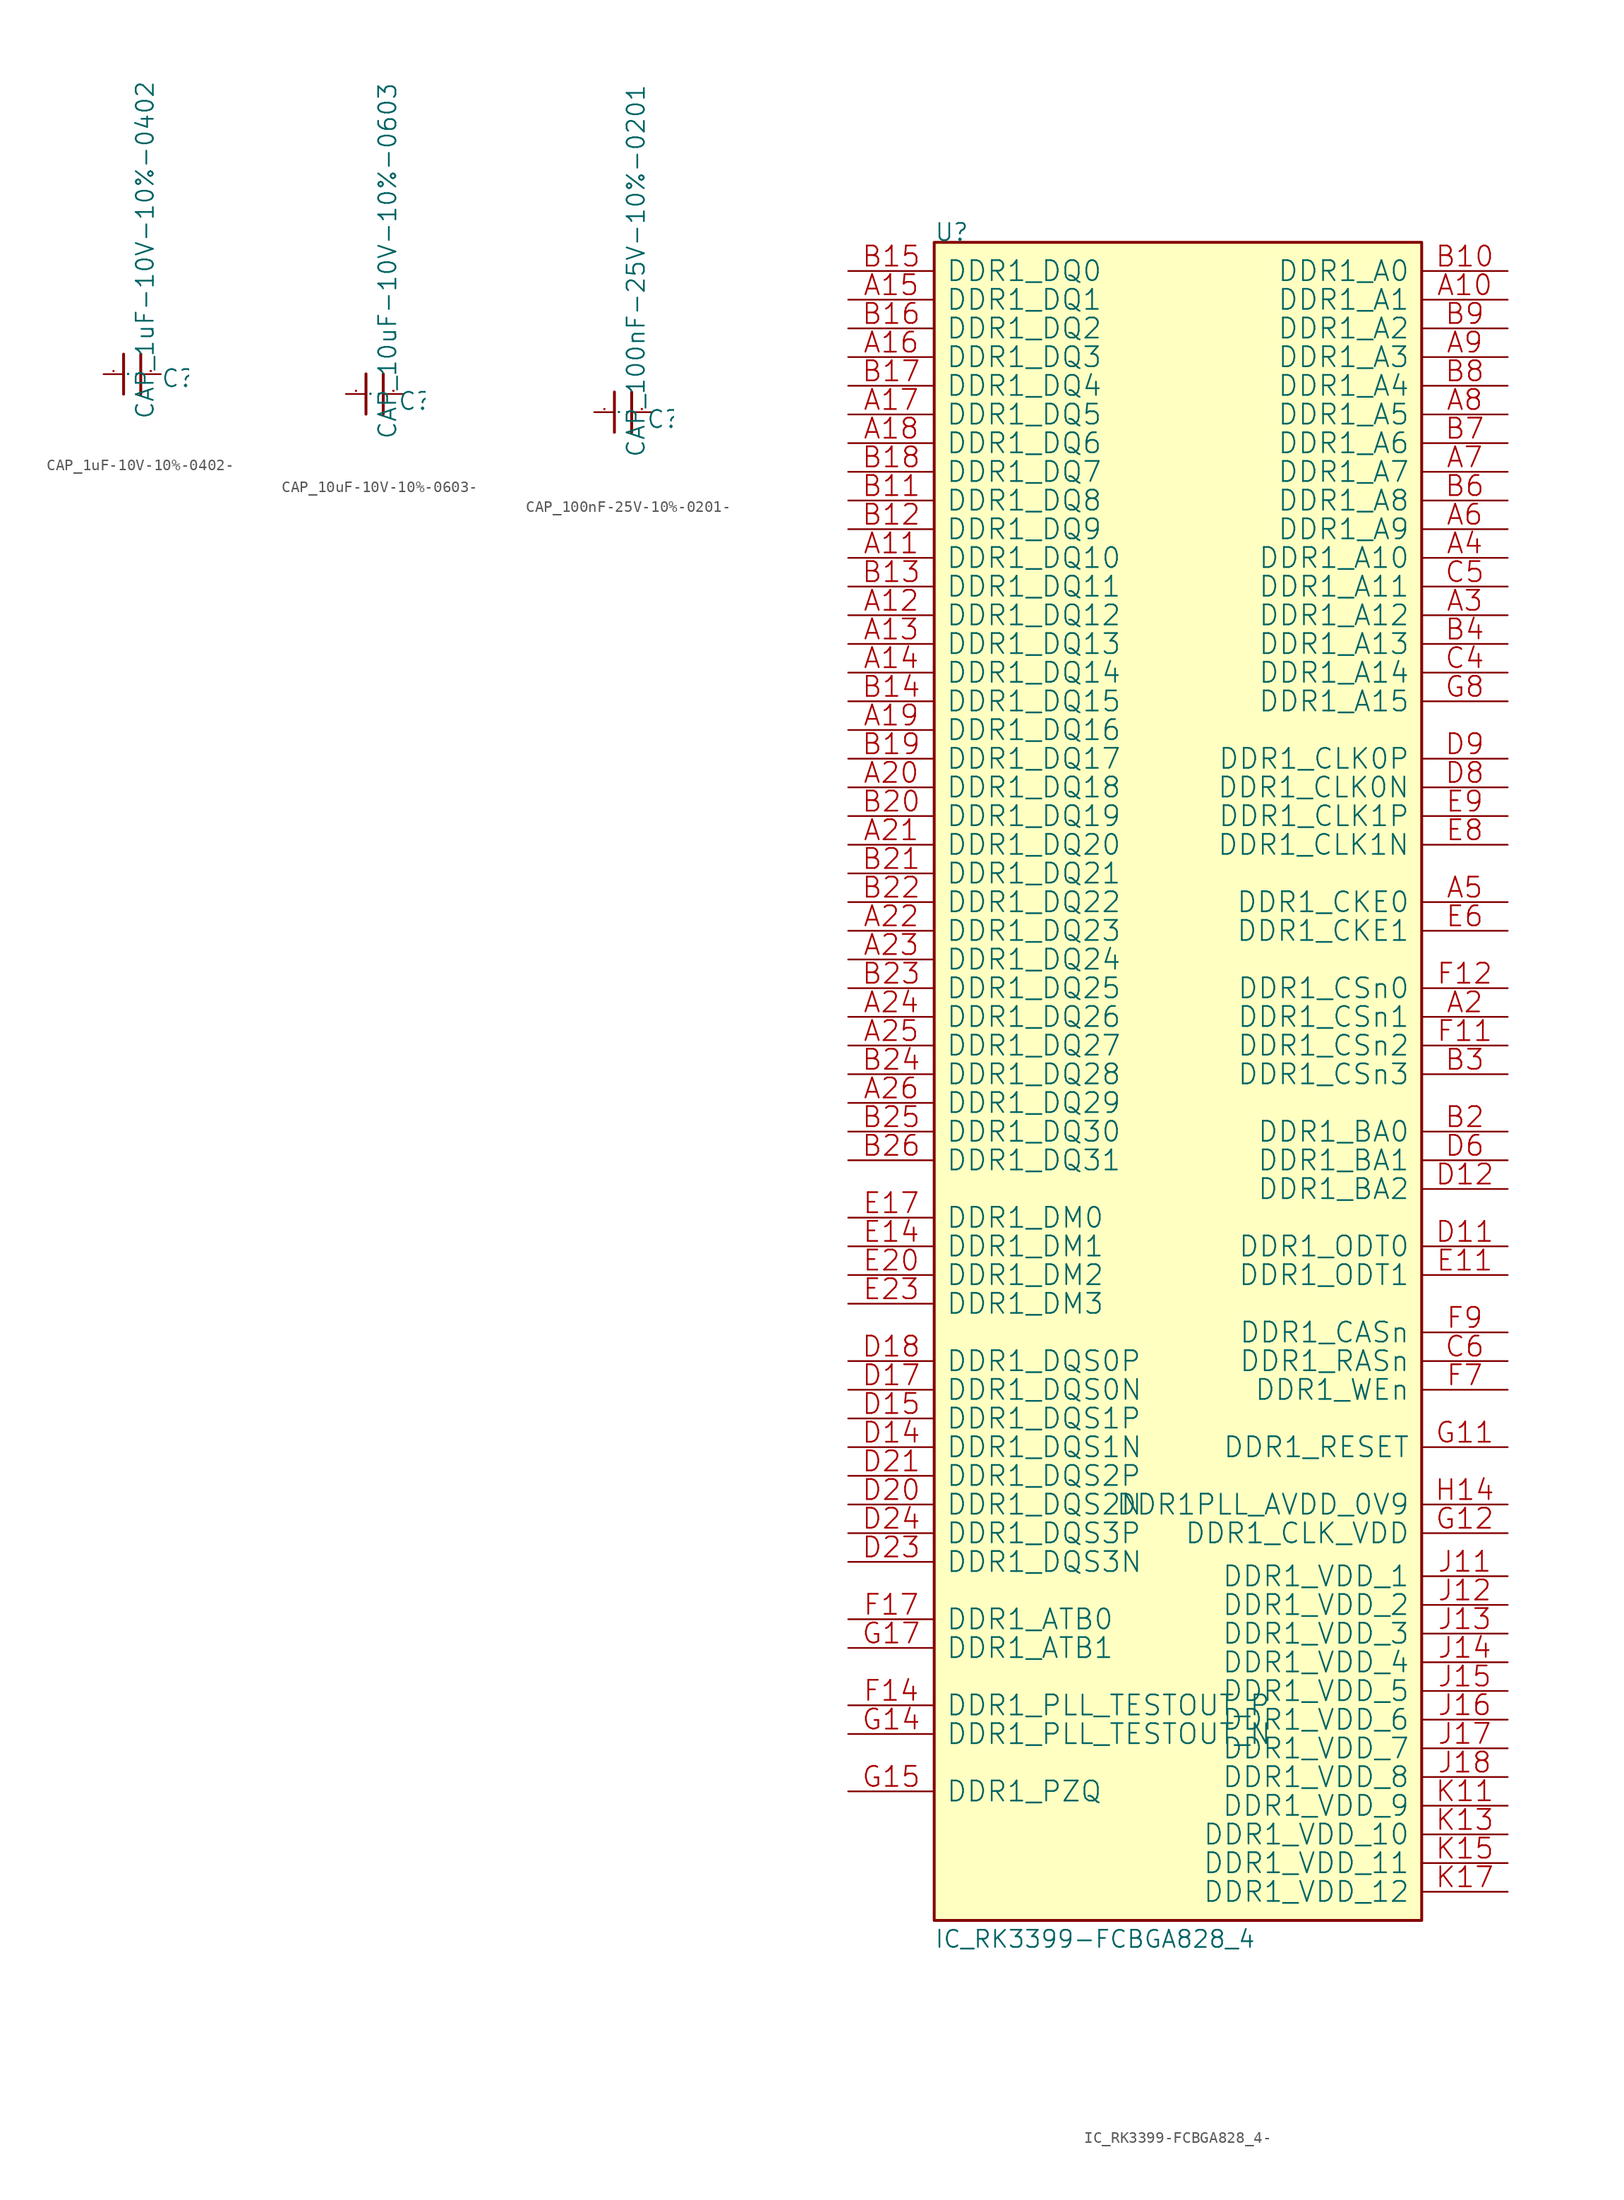
<source format=kicad_sym>
(kicad_symbol_lib
  (version 20220914)
  (generator kicad_symbol_editor)
  (symbol "CAP_1uF-10V-10%-0402-"
    (pin_names
      (offset 1.016))
    (property "Reference" "C"
      (at 2.54 -1.27 0)
      (effects (font (size 1.524 1.524)) (justify left bottom)))
    (property "Value" "CAP_1uF-10V-10%-0402"
      (at 2.032 -4.064 90)
      (effects (font (size 1.524 1.524)) (justify left bottom)))
    (property "Footprint" ""
      (at 0 0 0)
      (effects (font (size 1.524 1.524))))
    (property "Datasheet" ""
      (at 0 0 0)
      (effects (font (size 1.524 1.524))))
    (symbol "CAP_1uF-10V-10%-0402-_0_1"
      (polyline (pts (xy -0.762 1.778) (xy -0.762 -1.778)) (stroke (width 0.254) (type solid)) (fill (type none)))
      (polyline (pts (xy 0.762 1.778) (xy 0.762 -1.778)) (stroke (width 0.254) (type solid)) (fill (type none)))
      (pin passive line (at -2.54 0 0) (length 1.778) (name "1" (effects (font (size 0.025 0.025)))) (number "1" (effects (font (size 0.025 0.025)))))
      (pin passive line (at 2.54 0 180) (length 1.778) (name "2" (effects (font (size 0.025 0.025)))) (number "2" (effects (font (size 0.025 0.025)))))))
  (symbol "CAP_10uF-10V-10%-0603-"
    (pin_names
      (offset 1.016))
    (property "Reference" "C"
      (at 2.032 -1.524 0)
      (effects (font (size 1.524 1.524)) (justify left bottom)))
    (property "Value" "CAP_10uF-10V-10%-0603"
      (at 2.032 -4.064 90)
      (effects (font (size 1.524 1.524)) (justify left bottom)))
    (property "Footprint" ""
      (at 0 0 0)
      (effects (font (size 1.524 1.524))))
    (property "Datasheet" ""
      (at 0 0 0)
      (effects (font (size 1.524 1.524))))
    (symbol "CAP_10uF-10V-10%-0603-_0_1"
      (polyline (pts (xy -0.762 1.778) (xy -0.762 -1.778)) (stroke (width 0.254) (type solid)) (fill (type none)))
      (polyline (pts (xy 0.762 1.778) (xy 0.762 -1.778)) (stroke (width 0.254) (type solid)) (fill (type none)))
      (pin passive line (at -2.54 0 0) (length 1.778) (name "1" (effects (font (size 0.025 0.025)))) (number "1" (effects (font (size 0.025 0.025)))))
      (pin passive line (at 2.54 0 180) (length 1.778) (name "2" (effects (font (size 0.025 0.025)))) (number "2" (effects (font (size 0.025 0.025)))))))
  (symbol "CAP_100nF-25V-10%-0201-"
    (pin_names
      (offset 1.016))
    (property "Reference" "C"
      (at 2.032 -1.524 0)
      (effects (font (size 1.524 1.524)) (justify left bottom)))
    (property "Value" "CAP_100nF-25V-10%-0201"
      (at 2.032 -4.064 90)
      (effects (font (size 1.524 1.524)) (justify left bottom)))
    (property "Footprint" ""
      (at 0 0 0)
      (effects (font (size 1.524 1.524))))
    (property "Datasheet" ""
      (at 0 0 0)
      (effects (font (size 1.524 1.524))))
    (symbol "CAP_100nF-25V-10%-0201-_0_1"
      (polyline (pts (xy -0.762 1.778) (xy -0.762 -1.778)) (stroke (width 0.254) (type solid)) (fill (type none)))
      (polyline (pts (xy 0.762 1.778) (xy 0.762 -1.778)) (stroke (width 0.254) (type solid)) (fill (type none)))
      (pin passive line (at -2.54 0 0) (length 1.778) (name "1" (effects (font (size 0.025 0.025)))) (number "1" (effects (font (size 0.025 0.025)))))
      (pin passive line (at 2.54 0 180) (length 1.778) (name "2" (effects (font (size 0.025 0.025)))) (number "2" (effects (font (size 0.025 0.025)))))))
  (symbol "IC_RK3399-FCBGA828_4-"
    (pin_names
      (offset 1.016))
    (property "Reference" "U"
      (at 0 0 0)
      (effects (font (size 1.524 1.524)) (justify left bottom)))
    (property "Value" "IC_RK3399-FCBGA828_4"
      (at 0 -151.13 0)
      (effects (font (size 1.524 1.524)) (justify left bottom)))
    (property "Footprint" ""
      (at 0 0 0)
      (effects (font (size 1.524 1.524))))
    (property "Datasheet" ""
      (at 0 0 0)
      (effects (font (size 1.524 1.524))))
    (symbol "IC_RK3399-FCBGA828_4-_0_1"
      (rectangle (start 0 -148.59) (end 43.18 0) (stroke (width 0.254) (type solid)) (fill (type background)))
      (pin passive line (at 50.8 -5.08 180) (length 7.62) (name "DDR1_A1" (effects (font (size 1.778 1.778)))) (number "A10" (effects (font (size 1.778 1.778)))))
      (pin passive line (at -7.62 -27.94 0) (length 7.62) (name "DDR1_DQ10" (effects (font (size 1.778 1.778)))) (number "A11" (effects (font (size 1.778 1.778)))))
      (pin passive line (at -7.62 -33.02 0) (length 7.62) (name "DDR1_DQ12" (effects (font (size 1.778 1.778)))) (number "A12" (effects (font (size 1.778 1.778)))))
      (pin passive line (at -7.62 -35.56 0) (length 7.62) (name "DDR1_DQ13" (effects (font (size 1.778 1.778)))) (number "A13" (effects (font (size 1.778 1.778)))))
      (pin passive line (at -7.62 -38.1 0) (length 7.62) (name "DDR1_DQ14" (effects (font (size 1.778 1.778)))) (number "A14" (effects (font (size 1.778 1.778)))))
      (pin passive line (at -7.62 -5.08 0) (length 7.62) (name "DDR1_DQ1" (effects (font (size 1.778 1.778)))) (number "A15" (effects (font (size 1.778 1.778)))))
      (pin passive line (at -7.62 -10.16 0) (length 7.62) (name "DDR1_DQ3" (effects (font (size 1.778 1.778)))) (number "A16" (effects (font (size 1.778 1.778)))))
      (pin passive line (at -7.62 -15.24 0) (length 7.62) (name "DDR1_DQ5" (effects (font (size 1.778 1.778)))) (number "A17" (effects (font (size 1.778 1.778)))))
      (pin passive line (at -7.62 -17.78 0) (length 7.62) (name "DDR1_DQ6" (effects (font (size 1.778 1.778)))) (number "A18" (effects (font (size 1.778 1.778)))))
      (pin passive line (at -7.62 -43.18 0) (length 7.62) (name "DDR1_DQ16" (effects (font (size 1.778 1.778)))) (number "A19" (effects (font (size 1.778 1.778)))))
      (pin passive line (at 50.8 -68.58 180) (length 7.62) (name "DDR1_CSn1" (effects (font (size 1.778 1.778)))) (number "A2" (effects (font (size 1.778 1.778)))))
      (pin passive line (at -7.62 -48.26 0) (length 7.62) (name "DDR1_DQ18" (effects (font (size 1.778 1.778)))) (number "A20" (effects (font (size 1.778 1.778)))))
      (pin passive line (at -7.62 -53.34 0) (length 7.62) (name "DDR1_DQ20" (effects (font (size 1.778 1.778)))) (number "A21" (effects (font (size 1.778 1.778)))))
      (pin passive line (at -7.62 -60.96 0) (length 7.62) (name "DDR1_DQ23" (effects (font (size 1.778 1.778)))) (number "A22" (effects (font (size 1.778 1.778)))))
      (pin passive line (at -7.62 -63.5 0) (length 7.62) (name "DDR1_DQ24" (effects (font (size 1.778 1.778)))) (number "A23" (effects (font (size 1.778 1.778)))))
      (pin passive line (at -7.62 -68.58 0) (length 7.62) (name "DDR1_DQ26" (effects (font (size 1.778 1.778)))) (number "A24" (effects (font (size 1.778 1.778)))))
      (pin passive line (at -7.62 -71.12 0) (length 7.62) (name "DDR1_DQ27" (effects (font (size 1.778 1.778)))) (number "A25" (effects (font (size 1.778 1.778)))))
      (pin passive line (at -7.62 -76.2 0) (length 7.62) (name "DDR1_DQ29" (effects (font (size 1.778 1.778)))) (number "A26" (effects (font (size 1.778 1.778)))))
      (pin passive line (at 50.8 -33.02 180) (length 7.62) (name "DDR1_A12" (effects (font (size 1.778 1.778)))) (number "A3" (effects (font (size 1.778 1.778)))))
      (pin passive line (at 50.8 -27.94 180) (length 7.62) (name "DDR1_A10" (effects (font (size 1.778 1.778)))) (number "A4" (effects (font (size 1.778 1.778)))))
      (pin passive line (at 50.8 -58.42 180) (length 7.62) (name "DDR1_CKE0" (effects (font (size 1.778 1.778)))) (number "A5" (effects (font (size 1.778 1.778)))))
      (pin passive line (at 50.8 -25.4 180) (length 7.62) (name "DDR1_A9" (effects (font (size 1.778 1.778)))) (number "A6" (effects (font (size 1.778 1.778)))))
      (pin passive line (at 50.8 -20.32 180) (length 7.62) (name "DDR1_A7" (effects (font (size 1.778 1.778)))) (number "A7" (effects (font (size 1.778 1.778)))))
      (pin passive line (at 50.8 -15.24 180) (length 7.62) (name "DDR1_A5" (effects (font (size 1.778 1.778)))) (number "A8" (effects (font (size 1.778 1.778)))))
      (pin passive line (at 50.8 -10.16 180) (length 7.62) (name "DDR1_A3" (effects (font (size 1.778 1.778)))) (number "A9" (effects (font (size 1.778 1.778)))))
      (pin passive line (at 50.8 -2.54 180) (length 7.62) (name "DDR1_A0" (effects (font (size 1.778 1.778)))) (number "B10" (effects (font (size 1.778 1.778)))))
      (pin passive line (at -7.62 -22.86 0) (length 7.62) (name "DDR1_DQ8" (effects (font (size 1.778 1.778)))) (number "B11" (effects (font (size 1.778 1.778)))))
      (pin passive line (at -7.62 -25.4 0) (length 7.62) (name "DDR1_DQ9" (effects (font (size 1.778 1.778)))) (number "B12" (effects (font (size 1.778 1.778)))))
      (pin passive line (at -7.62 -30.48 0) (length 7.62) (name "DDR1_DQ11" (effects (font (size 1.778 1.778)))) (number "B13" (effects (font (size 1.778 1.778)))))
      (pin passive line (at -7.62 -40.64 0) (length 7.62) (name "DDR1_DQ15" (effects (font (size 1.778 1.778)))) (number "B14" (effects (font (size 1.778 1.778)))))
      (pin passive line (at -7.62 -2.54 0) (length 7.62) (name "DDR1_DQ0" (effects (font (size 1.778 1.778)))) (number "B15" (effects (font (size 1.778 1.778)))))
      (pin passive line (at -7.62 -7.62 0) (length 7.62) (name "DDR1_DQ2" (effects (font (size 1.778 1.778)))) (number "B16" (effects (font (size 1.778 1.778)))))
      (pin passive line (at -7.62 -12.7 0) (length 7.62) (name "DDR1_DQ4" (effects (font (size 1.778 1.778)))) (number "B17" (effects (font (size 1.778 1.778)))))
      (pin passive line (at -7.62 -20.32 0) (length 7.62) (name "DDR1_DQ7" (effects (font (size 1.778 1.778)))) (number "B18" (effects (font (size 1.778 1.778)))))
      (pin passive line (at -7.62 -45.72 0) (length 7.62) (name "DDR1_DQ17" (effects (font (size 1.778 1.778)))) (number "B19" (effects (font (size 1.778 1.778)))))
      (pin passive line (at 50.8 -78.74 180) (length 7.62) (name "DDR1_BA0" (effects (font (size 1.778 1.778)))) (number "B2" (effects (font (size 1.778 1.778)))))
      (pin passive line (at -7.62 -50.8 0) (length 7.62) (name "DDR1_DQ19" (effects (font (size 1.778 1.778)))) (number "B20" (effects (font (size 1.778 1.778)))))
      (pin passive line (at -7.62 -55.88 0) (length 7.62) (name "DDR1_DQ21" (effects (font (size 1.778 1.778)))) (number "B21" (effects (font (size 1.778 1.778)))))
      (pin passive line (at -7.62 -58.42 0) (length 7.62) (name "DDR1_DQ22" (effects (font (size 1.778 1.778)))) (number "B22" (effects (font (size 1.778 1.778)))))
      (pin passive line (at -7.62 -66.04 0) (length 7.62) (name "DDR1_DQ25" (effects (font (size 1.778 1.778)))) (number "B23" (effects (font (size 1.778 1.778)))))
      (pin passive line (at -7.62 -73.66 0) (length 7.62) (name "DDR1_DQ28" (effects (font (size 1.778 1.778)))) (number "B24" (effects (font (size 1.778 1.778)))))
      (pin passive line (at -7.62 -78.74 0) (length 7.62) (name "DDR1_DQ30" (effects (font (size 1.778 1.778)))) (number "B25" (effects (font (size 1.778 1.778)))))
      (pin passive line (at -7.62 -81.28 0) (length 7.62) (name "DDR1_DQ31" (effects (font (size 1.778 1.778)))) (number "B26" (effects (font (size 1.778 1.778)))))
      (pin passive line (at 50.8 -73.66 180) (length 7.62) (name "DDR1_CSn3" (effects (font (size 1.778 1.778)))) (number "B3" (effects (font (size 1.778 1.778)))))
      (pin passive line (at 50.8 -35.56 180) (length 7.62) (name "DDR1_A13" (effects (font (size 1.778 1.778)))) (number "B4" (effects (font (size 1.778 1.778)))))
      (pin passive line (at 50.8 -22.86 180) (length 7.62) (name "DDR1_A8" (effects (font (size 1.778 1.778)))) (number "B6" (effects (font (size 1.778 1.778)))))
      (pin passive line (at 50.8 -17.78 180) (length 7.62) (name "DDR1_A6" (effects (font (size 1.778 1.778)))) (number "B7" (effects (font (size 1.778 1.778)))))
      (pin passive line (at 50.8 -12.7 180) (length 7.62) (name "DDR1_A4" (effects (font (size 1.778 1.778)))) (number "B8" (effects (font (size 1.778 1.778)))))
      (pin passive line (at 50.8 -7.62 180) (length 7.62) (name "DDR1_A2" (effects (font (size 1.778 1.778)))) (number "B9" (effects (font (size 1.778 1.778)))))
      (pin passive line (at 50.8 -38.1 180) (length 7.62) (name "DDR1_A14" (effects (font (size 1.778 1.778)))) (number "C4" (effects (font (size 1.778 1.778)))))
      (pin passive line (at 50.8 -30.48 180) (length 7.62) (name "DDR1_A11" (effects (font (size 1.778 1.778)))) (number "C5" (effects (font (size 1.778 1.778)))))
      (pin passive line (at 50.8 -99.06 180) (length 7.62) (name "DDR1_RASn" (effects (font (size 1.778 1.778)))) (number "C6" (effects (font (size 1.778 1.778)))))
      (pin passive line (at 50.8 -88.9 180) (length 7.62) (name "DDR1_ODT0" (effects (font (size 1.778 1.778)))) (number "D11" (effects (font (size 1.778 1.778)))))
      (pin passive line (at 50.8 -83.82 180) (length 7.62) (name "DDR1_BA2" (effects (font (size 1.778 1.778)))) (number "D12" (effects (font (size 1.778 1.778)))))
      (pin passive line (at -7.62 -106.68 0) (length 7.62) (name "DDR1_DQS1N" (effects (font (size 1.778 1.778)))) (number "D14" (effects (font (size 1.778 1.778)))))
      (pin passive line (at -7.62 -104.14 0) (length 7.62) (name "DDR1_DQS1P" (effects (font (size 1.778 1.778)))) (number "D15" (effects (font (size 1.778 1.778)))))
      (pin passive line (at -7.62 -101.6 0) (length 7.62) (name "DDR1_DQS0N" (effects (font (size 1.778 1.778)))) (number "D17" (effects (font (size 1.778 1.778)))))
      (pin passive line (at -7.62 -99.06 0) (length 7.62) (name "DDR1_DQS0P" (effects (font (size 1.778 1.778)))) (number "D18" (effects (font (size 1.778 1.778)))))
      (pin passive line (at -7.62 -111.76 0) (length 7.62) (name "DDR1_DQS2N" (effects (font (size 1.778 1.778)))) (number "D20" (effects (font (size 1.778 1.778)))))
      (pin passive line (at -7.62 -109.22 0) (length 7.62) (name "DDR1_DQS2P" (effects (font (size 1.778 1.778)))) (number "D21" (effects (font (size 1.778 1.778)))))
      (pin passive line (at -7.62 -116.84 0) (length 7.62) (name "DDR1_DQS3N" (effects (font (size 1.778 1.778)))) (number "D23" (effects (font (size 1.778 1.778)))))
      (pin passive line (at -7.62 -114.3 0) (length 7.62) (name "DDR1_DQS3P" (effects (font (size 1.778 1.778)))) (number "D24" (effects (font (size 1.778 1.778)))))
      (pin passive line (at 50.8 -81.28 180) (length 7.62) (name "DDR1_BA1" (effects (font (size 1.778 1.778)))) (number "D6" (effects (font (size 1.778 1.778)))))
      (pin passive line (at 50.8 -48.26 180) (length 7.62) (name "DDR1_CLK0N" (effects (font (size 1.778 1.778)))) (number "D8" (effects (font (size 1.778 1.778)))))
      (pin passive line (at 50.8 -45.72 180) (length 7.62) (name "DDR1_CLK0P" (effects (font (size 1.778 1.778)))) (number "D9" (effects (font (size 1.778 1.778)))))
      (pin passive line (at 50.8 -91.44 180) (length 7.62) (name "DDR1_ODT1" (effects (font (size 1.778 1.778)))) (number "E11" (effects (font (size 1.778 1.778)))))
      (pin passive line (at -7.62 -88.9 0) (length 7.62) (name "DDR1_DM1" (effects (font (size 1.778 1.778)))) (number "E14" (effects (font (size 1.778 1.778)))))
      (pin passive line (at -7.62 -86.36 0) (length 7.62) (name "DDR1_DM0" (effects (font (size 1.778 1.778)))) (number "E17" (effects (font (size 1.778 1.778)))))
      (pin passive line (at -7.62 -91.44 0) (length 7.62) (name "DDR1_DM2" (effects (font (size 1.778 1.778)))) (number "E20" (effects (font (size 1.778 1.778)))))
      (pin passive line (at -7.62 -93.98 0) (length 7.62) (name "DDR1_DM3" (effects (font (size 1.778 1.778)))) (number "E23" (effects (font (size 1.778 1.778)))))
      (pin passive line (at 50.8 -60.96 180) (length 7.62) (name "DDR1_CKE1" (effects (font (size 1.778 1.778)))) (number "E6" (effects (font (size 1.778 1.778)))))
      (pin passive line (at 50.8 -53.34 180) (length 7.62) (name "DDR1_CLK1N" (effects (font (size 1.778 1.778)))) (number "E8" (effects (font (size 1.778 1.778)))))
      (pin passive line (at 50.8 -50.8 180) (length 7.62) (name "DDR1_CLK1P" (effects (font (size 1.778 1.778)))) (number "E9" (effects (font (size 1.778 1.778)))))
      (pin passive line (at 50.8 -71.12 180) (length 7.62) (name "DDR1_CSn2" (effects (font (size 1.778 1.778)))) (number "F11" (effects (font (size 1.778 1.778)))))
      (pin passive line (at 50.8 -66.04 180) (length 7.62) (name "DDR1_CSn0" (effects (font (size 1.778 1.778)))) (number "F12" (effects (font (size 1.778 1.778)))))
      (pin passive line (at -7.62 -129.54 0) (length 7.62) (name "DDR1_PLL_TESTOUT_P" (effects (font (size 1.778 1.778)))) (number "F14" (effects (font (size 1.778 1.778)))))
      (pin passive line (at -7.62 -121.92 0) (length 7.62) (name "DDR1_ATB0" (effects (font (size 1.778 1.778)))) (number "F17" (effects (font (size 1.778 1.778)))))
      (pin passive line (at 50.8 -101.6 180) (length 7.62) (name "DDR1_WEn" (effects (font (size 1.778 1.778)))) (number "F7" (effects (font (size 1.778 1.778)))))
      (pin passive line (at 50.8 -96.52 180) (length 7.62) (name "DDR1_CASn" (effects (font (size 1.778 1.778)))) (number "F9" (effects (font (size 1.778 1.778)))))
      (pin passive line (at 50.8 -106.68 180) (length 7.62) (name "DDR1_RESET" (effects (font (size 1.778 1.778)))) (number "G11" (effects (font (size 1.778 1.778)))))
      (pin passive line (at 50.8 -114.3 180) (length 7.62) (name "DDR1_CLK_VDD" (effects (font (size 1.778 1.778)))) (number "G12" (effects (font (size 1.778 1.778)))))
      (pin passive line (at -7.62 -132.08 0) (length 7.62) (name "DDR1_PLL_TESTOUT_N" (effects (font (size 1.778 1.778)))) (number "G14" (effects (font (size 1.778 1.778)))))
      (pin passive line (at -7.62 -137.16 0) (length 7.62) (name "DDR1_PZQ" (effects (font (size 1.778 1.778)))) (number "G15" (effects (font (size 1.778 1.778)))))
      (pin passive line (at -7.62 -124.46 0) (length 7.62) (name "DDR1_ATB1" (effects (font (size 1.778 1.778)))) (number "G17" (effects (font (size 1.778 1.778)))))
      (pin passive line (at 50.8 -40.64 180) (length 7.62) (name "DDR1_A15" (effects (font (size 1.778 1.778)))) (number "G8" (effects (font (size 1.778 1.778)))))
      (pin passive line (at 50.8 -111.76 180) (length 7.62) (name "DDR1PLL_AVDD_0V9" (effects (font (size 1.778 1.778)))) (number "H14" (effects (font (size 1.778 1.778)))))
      (pin passive line (at 50.8 -118.11 180) (length 7.62) (name "DDR1_VDD_1" (effects (font (size 1.778 1.778)))) (number "J11" (effects (font (size 1.778 1.778)))))
      (pin passive line (at 50.8 -120.65 180) (length 7.62) (name "DDR1_VDD_2" (effects (font (size 1.778 1.778)))) (number "J12" (effects (font (size 1.778 1.778)))))
      (pin passive line (at 50.8 -123.19 180) (length 7.62) (name "DDR1_VDD_3" (effects (font (size 1.778 1.778)))) (number "J13" (effects (font (size 1.778 1.778)))))
      (pin passive line (at 50.8 -125.73 180) (length 7.62) (name "DDR1_VDD_4" (effects (font (size 1.778 1.778)))) (number "J14" (effects (font (size 1.778 1.778)))))
      (pin passive line (at 50.8 -128.27 180) (length 7.62) (name "DDR1_VDD_5" (effects (font (size 1.778 1.778)))) (number "J15" (effects (font (size 1.778 1.778)))))
      (pin passive line (at 50.8 -130.81 180) (length 7.62) (name "DDR1_VDD_6" (effects (font (size 1.778 1.778)))) (number "J16" (effects (font (size 1.778 1.778)))))
      (pin passive line (at 50.8 -133.35 180) (length 7.62) (name "DDR1_VDD_7" (effects (font (size 1.778 1.778)))) (number "J17" (effects (font (size 1.778 1.778)))))
      (pin passive line (at 50.8 -135.89 180) (length 7.62) (name "DDR1_VDD_8" (effects (font (size 1.778 1.778)))) (number "J18" (effects (font (size 1.778 1.778)))))
      (pin passive line (at 50.8 -138.43 180) (length 7.62) (name "DDR1_VDD_9" (effects (font (size 1.778 1.778)))) (number "K11" (effects (font (size 1.778 1.778)))))
      (pin passive line (at 50.8 -140.97 180) (length 7.62) (name "DDR1_VDD_10" (effects (font (size 1.778 1.778)))) (number "K13" (effects (font (size 1.778 1.778)))))
      (pin passive line (at 50.8 -143.51 180) (length 7.62) (name "DDR1_VDD_11" (effects (font (size 1.778 1.778)))) (number "K15" (effects (font (size 1.778 1.778)))))
      (pin passive line (at 50.8 -146.05 180) (length 7.62) (name "DDR1_VDD_12" (effects (font (size 1.778 1.778)))) (number "K17" (effects (font (size 1.778 1.778))))))))
</source>
